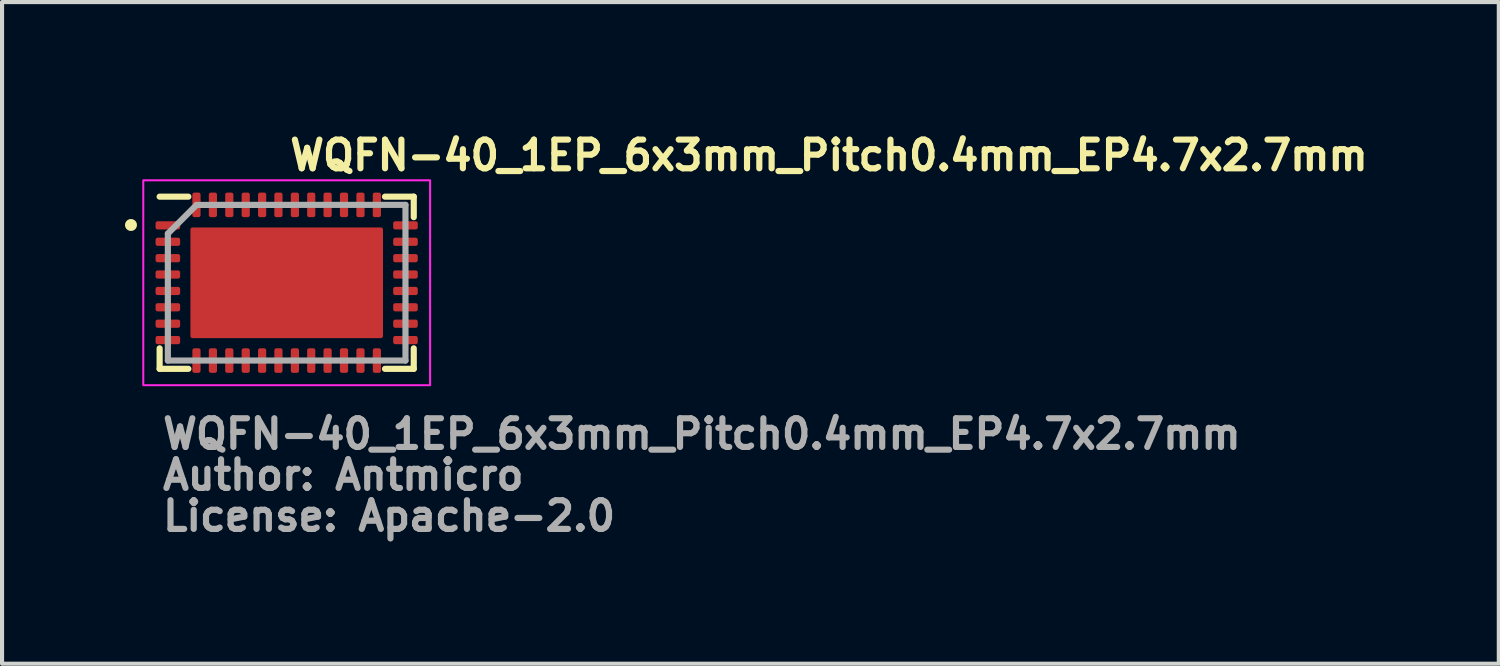
<source format=kicad_pcb>
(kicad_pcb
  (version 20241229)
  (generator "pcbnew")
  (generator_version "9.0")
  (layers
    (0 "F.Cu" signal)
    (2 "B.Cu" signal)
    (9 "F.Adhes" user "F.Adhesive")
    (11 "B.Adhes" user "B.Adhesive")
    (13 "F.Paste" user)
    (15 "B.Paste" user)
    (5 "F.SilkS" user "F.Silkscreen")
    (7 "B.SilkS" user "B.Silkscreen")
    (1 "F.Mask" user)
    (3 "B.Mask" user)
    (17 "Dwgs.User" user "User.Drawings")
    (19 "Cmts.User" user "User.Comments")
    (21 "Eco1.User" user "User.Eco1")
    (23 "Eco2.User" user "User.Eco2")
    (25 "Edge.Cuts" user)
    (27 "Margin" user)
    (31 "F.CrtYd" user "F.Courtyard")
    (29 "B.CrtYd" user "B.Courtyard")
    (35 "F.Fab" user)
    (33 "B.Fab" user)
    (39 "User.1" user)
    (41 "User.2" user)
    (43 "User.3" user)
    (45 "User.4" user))
  (footprint "WQFN-40_1EP_6x3mm_Pitch0.4mm_EP4.7x2.7mm"
    (layer "F.Cu")
    (at 3.946 3.85)
    (property "Reference" "WQFN-40_1EP_6x3mm_Pitch0.4mm_EP4.7x2.7mm" (at 0 -2.7 0) (unlocked yes) (layer "F.SilkS") (effects (font (size 0.7 0.7) (thickness 0.15)) (justify left bottom)))
    (attr smd)
    (fp_line (start -3.101 2.1) (end -3.101 1.6) (stroke (width 0.15) (type solid)) (layer "F.SilkS"))
    (fp_line (start -2.4 -2.101) (end -3.101 -2.101) (stroke (width 0.15) (type solid)) (layer "F.SilkS"))
    (fp_line (start -2.4 2.1) (end -3.101 2.1) (stroke (width 0.15) (type solid)) (layer "F.SilkS"))
    (fp_line (start 3.1 -2.101) (end 2.398 -2.101) (stroke (width 0.15) (type solid)) (layer "F.SilkS"))
    (fp_line (start 3.1 -2.101) (end 3.1 -1.601) (stroke (width 0.15) (type solid)) (layer "F.SilkS"))
    (fp_line (start 3.1 1.6) (end 3.1 2.1) (stroke (width 0.15) (type solid)) (layer "F.SilkS"))
    (fp_line (start 3.1 2.1) (end 2.398 2.1) (stroke (width 0.15) (type solid)) (layer "F.SilkS"))
    (fp_circle (center -3.8 -1.41) (end -3.75 -1.36) (stroke (width 0.15) (type solid)) (fill yes) (layer "F.SilkS"))
    (fp_rect (start -3.5 -2.5) (end 3.499 2.499) (stroke (width 0.05) (type solid)) (fill no) (layer "F.CrtYd"))
    (fp_line (start -2.9 -1.2) (end -2.2 -1.9) (stroke (width 0.15) (type solid)) (layer "F.Fab"))
    (fp_line (start -2.9 1.898) (end -2.9 -1.2) (stroke (width 0.15) (type solid)) (layer "F.Fab"))
    (fp_line (start -2.2 -1.9) (end 2.898 -1.901) (stroke (width 0.15) (type solid)) (layer "F.Fab"))
    (fp_line (start 2.898 -1.901) (end 2.898 1.898) (stroke (width 0.15) (type solid)) (layer "F.Fab"))
    (fp_line (start 2.898 1.898) (end -2.9 1.898) (stroke (width 0.15) (type solid)) (layer "F.Fab"))
    (fp_rect (start -3 -2) (end 2.999 1.999) (stroke (width 0.1) (type solid)) (fill no) (layer "User.5"))
    (fp_line (start -3 -2) (end -3 1.999) (stroke (width 0.02) (type solid)) (layer "User.9"))
    (fp_line (start -3 1.999) (end 2.999 1.999) (stroke (width 0.02) (type solid)) (layer "User.9"))
    (fp_line (start 2.999 -2) (end -3 -2) (stroke (width 0.02) (type solid)) (layer "User.9"))
    (fp_line (start 2.999 1.999) (end 2.999 -2) (stroke (width 0.02) (type solid)) (layer "User.9"))
    (fp_text user "License: Apache-2.0" (at -3.101 6.099 0) (layer "F.Fab") (effects (font (size 0.7 0.7) (thickness 0.15)) (justify left bottom)))
    (fp_text user "Author: Antmicro" (at -3.101 5.099 0) (layer "F.Fab") (effects (font (size 0.7 0.7) (thickness 0.15)) (justify left bottom)))
    (fp_text user "${REFERENCE}" (at -3.101 4.099 0) (layer "F.Fab") (effects (font (size 0.7 0.7) (thickness 0.15)) (justify left bottom)))
    (pad "1" smd roundrect (at -2.9 -1.401 90) (size 0.2 0.6) (layers "F.Cu" "F.Mask" "F.Paste") (roundrect_rratio 0.25))
    (pad "2" smd roundrect (at -2.9 -1 90) (size 0.2 0.6) (layers "F.Cu" "F.Mask" "F.Paste") (roundrect_rratio 0.25))
    (pad "3" smd roundrect (at -2.9 -0.6 90) (size 0.2 0.6) (layers "F.Cu" "F.Mask" "F.Paste") (roundrect_rratio 0.25))
    (pad "4" smd roundrect (at -2.9 -0.202 90) (size 0.2 0.6) (layers "F.Cu" "F.Mask" "F.Paste") (roundrect_rratio 0.25))
    (pad "5" smd roundrect (at -2.9 0.2 90) (size 0.2 0.6) (layers "F.Cu" "F.Mask" "F.Paste") (roundrect_rratio 0.25))
    (pad "6" smd roundrect (at -2.9 0.598 90) (size 0.2 0.6) (layers "F.Cu" "F.Mask" "F.Paste") (roundrect_rratio 0.25))
    (pad "7" smd roundrect (at -2.9 0.998 90) (size 0.2 0.6) (layers "F.Cu" "F.Mask" "F.Paste") (roundrect_rratio 0.25))
    (pad "8" smd roundrect (at -2.9 1.398 90) (size 0.2 0.6) (layers "F.Cu" "F.Mask" "F.Paste") (roundrect_rratio 0.25))
    (pad "9" smd roundrect (at -2.202 1.898 180) (size 0.2 0.6) (layers "F.Cu" "F.Mask" "F.Paste") (roundrect_rratio 0.25))
    (pad "10" smd roundrect (at -1.801 1.898 180) (size 0.2 0.6) (layers "F.Cu" "F.Mask" "F.Paste") (roundrect_rratio 0.25))
    (pad "11" smd roundrect (at -1.401 1.898 180) (size 0.2 0.6) (layers "F.Cu" "F.Mask" "F.Paste") (roundrect_rratio 0.25))
    (pad "12" smd roundrect (at -1 1.898 180) (size 0.2 0.6) (layers "F.Cu" "F.Mask" "F.Paste") (roundrect_rratio 0.25))
    (pad "13" smd roundrect (at -0.6 1.898 180) (size 0.2 0.6) (layers "F.Cu" "F.Mask" "F.Paste") (roundrect_rratio 0.25))
    (pad "14" smd roundrect (at -0.202 1.898 180) (size 0.2 0.6) (layers "F.Cu" "F.Mask" "F.Paste") (roundrect_rratio 0.25))
    (pad "15" smd roundrect (at 0.2 1.898 180) (size 0.2 0.6) (layers "F.Cu" "F.Mask" "F.Paste") (roundrect_rratio 0.25))
    (pad "16" smd roundrect (at 0.598 1.898 180) (size 0.2 0.6) (layers "F.Cu" "F.Mask" "F.Paste") (roundrect_rratio 0.25))
    (pad "17" smd roundrect (at 0.998 1.898 180) (size 0.2 0.6) (layers "F.Cu" "F.Mask" "F.Paste") (roundrect_rratio 0.25))
    (pad "18" smd roundrect (at 1.398 1.898 180) (size 0.2 0.6) (layers "F.Cu" "F.Mask" "F.Paste") (roundrect_rratio 0.25))
    (pad "19" smd roundrect (at 1.8 1.898 180) (size 0.2 0.6) (layers "F.Cu" "F.Mask" "F.Paste") (roundrect_rratio 0.25))
    (pad "20" smd roundrect (at 2.2 1.898 180) (size 0.2 0.6) (layers "F.Cu" "F.Mask" "F.Paste") (roundrect_rratio 0.25))
    (pad "21" smd roundrect (at 2.898 1.398 270) (size 0.2 0.6) (layers "F.Cu" "F.Mask" "F.Paste") (roundrect_rratio 0.25))
    (pad "22" smd roundrect (at 2.898 0.998 270) (size 0.2 0.6) (layers "F.Cu" "F.Mask" "F.Paste") (roundrect_rratio 0.25))
    (pad "23" smd roundrect (at 2.898 0.598 270) (size 0.2 0.6) (layers "F.Cu" "F.Mask" "F.Paste") (roundrect_rratio 0.25))
    (pad "24" smd roundrect (at 2.898 0.2 270) (size 0.2 0.6) (layers "F.Cu" "F.Mask" "F.Paste") (roundrect_rratio 0.25))
    (pad "25" smd roundrect (at 2.898 -0.202 270) (size 0.2 0.6) (layers "F.Cu" "F.Mask" "F.Paste") (roundrect_rratio 0.25))
    (pad "26" smd roundrect (at 2.898 -0.6 270) (size 0.2 0.6) (layers "F.Cu" "F.Mask" "F.Paste") (roundrect_rratio 0.25))
    (pad "27" smd roundrect (at 2.898 -1 270) (size 0.2 0.6) (layers "F.Cu" "F.Mask" "F.Paste") (roundrect_rratio 0.25))
    (pad "28" smd roundrect (at 2.898 -1.401 270) (size 0.2 0.6) (layers "F.Cu" "F.Mask" "F.Paste") (roundrect_rratio 0.25))
    (pad "29" smd roundrect (at 2.2 -1.901) (size 0.2 0.6) (layers "F.Cu" "F.Mask" "F.Paste") (roundrect_rratio 0.25))
    (pad "30" smd roundrect (at 1.8 -1.901) (size 0.2 0.6) (layers "F.Cu" "F.Mask" "F.Paste") (roundrect_rratio 0.25))
    (pad "31" smd roundrect (at 1.398 -1.901) (size 0.2 0.6) (layers "F.Cu" "F.Mask" "F.Paste") (roundrect_rratio 0.25))
    (pad "32" smd roundrect (at 0.998 -1.901) (size 0.2 0.6) (layers "F.Cu" "F.Mask" "F.Paste") (roundrect_rratio 0.25))
    (pad "33" smd roundrect (at 0.598 -1.901) (size 0.2 0.6) (layers "F.Cu" "F.Mask" "F.Paste") (roundrect_rratio 0.25))
    (pad "34" smd roundrect (at 0.2 -1.901) (size 0.2 0.6) (layers "F.Cu" "F.Mask" "F.Paste") (roundrect_rratio 0.25))
    (pad "35" smd roundrect (at -0.202 -1.901) (size 0.2 0.6) (layers "F.Cu" "F.Mask" "F.Paste") (roundrect_rratio 0.25))
    (pad "36" smd roundrect (at -0.6 -1.901) (size 0.2 0.6) (layers "F.Cu" "F.Mask" "F.Paste") (roundrect_rratio 0.25))
    (pad "37" smd roundrect (at -1 -1.901) (size 0.2 0.6) (layers "F.Cu" "F.Mask" "F.Paste") (roundrect_rratio 0.25))
    (pad "38" smd roundrect (at -1.401 -1.901) (size 0.2 0.6) (layers "F.Cu" "F.Mask" "F.Paste") (roundrect_rratio 0.25))
    (pad "39" smd roundrect (at -1.801 -1.901) (size 0.2 0.6) (layers "F.Cu" "F.Mask" "F.Paste") (roundrect_rratio 0.25))
    (pad "40" smd roundrect (at -2.202 -1.901) (size 0.2 0.6) (layers "F.Cu" "F.Mask" "F.Paste") (roundrect_rratio 0.25))
    (pad "41" smd roundrect (at -1.5 -0.652 180) (size 1 0.8) (layers "F.Cu" "F.Mask" "F.Paste") (roundrect_rratio 0.05))
    (pad "41" smd roundrect (at -1.5 0.748 180) (size 1 0.8) (layers "F.Cu" "F.Mask" "F.Paste") (roundrect_rratio 0.05))
    (pad "41" smd roundrect (at 0 0 180) (size 4.7 2.7) (layers "F.Cu" "F.Mask") (roundrect_rratio 0.019))
    (pad "41" smd roundrect (at 0.05 -0.652 180) (size 1 0.8) (layers "F.Cu" "F.Mask" "F.Paste") (roundrect_rratio 0.05))
    (pad "41" smd roundrect (at 0.05 0.748 180) (size 1 0.8) (layers "F.Cu" "F.Mask" "F.Paste") (roundrect_rratio 0.05))
    (pad "41" smd roundrect (at 1.499 -0.652 180) (size 1 0.8) (layers "F.Cu" "F.Mask" "F.Paste") (roundrect_rratio 0.05))
    (pad "41" smd roundrect (at 1.499 0.748 180) (size 1 0.8) (layers "F.Cu" "F.Mask" "F.Paste") (roundrect_rratio 0.05)))
  (gr_rect
    (start -3 -3)
    (end 33.522 13.145)
    (stroke (width 0.1) (type default))
    (fill no)
    (layer "Edge.Cuts")))
</source>
